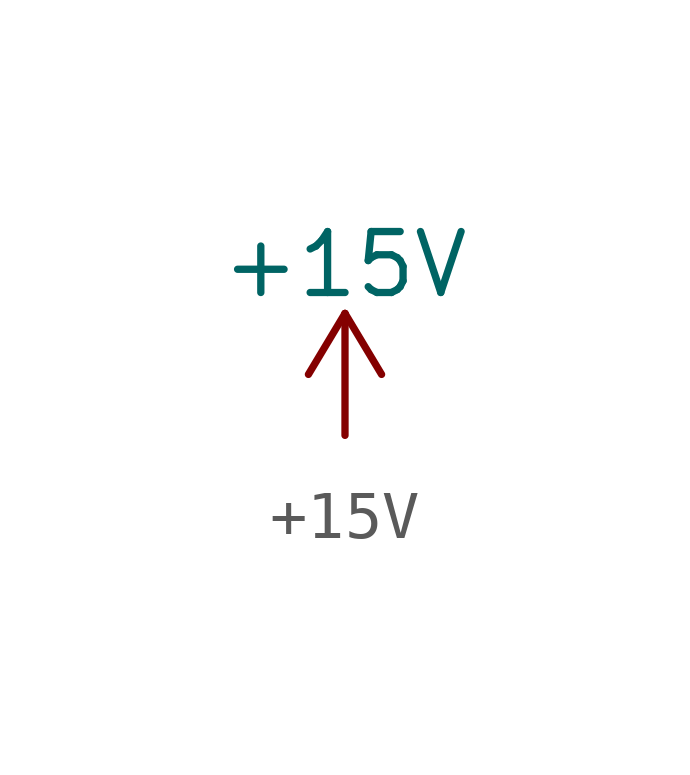
<source format=kicad_sym>
(kicad_symbol_lib
  (version 20220914)
  (generator kicad_symbol_editor)
  (symbol "+15V"
    (power)
    (pin_names
      (offset 0))
    (property "Reference" "#PWR"
      (at 0 -3.81 0)
      (effects (font (size 1.27 1.27)) hide))
    (property "Value" "+15V"
      (at 0 3.556 0)
      (effects (font (size 1.27 1.27))))
    (symbol "+15V_0_1"
      (polyline (pts (xy -0.762 1.27) (xy 0 2.54)) (stroke (width 0) (type default)) (fill (type none)))
      (polyline (pts (xy 0 0) (xy 0 2.54)) (stroke (width 0) (type default)) (fill (type none)))
      (polyline (pts (xy 0 2.54) (xy 0.762 1.27)) (stroke (width 0) (type default)) (fill (type none))))
    (symbol "+15V_1_1"
      (pin power_in line (at 0 0 90) (length 0) hide (name "+15V" (effects (font (size 1.27 1.27)))) (number "1" (effects (font (size 1.27 1.27))))))))
</source>
